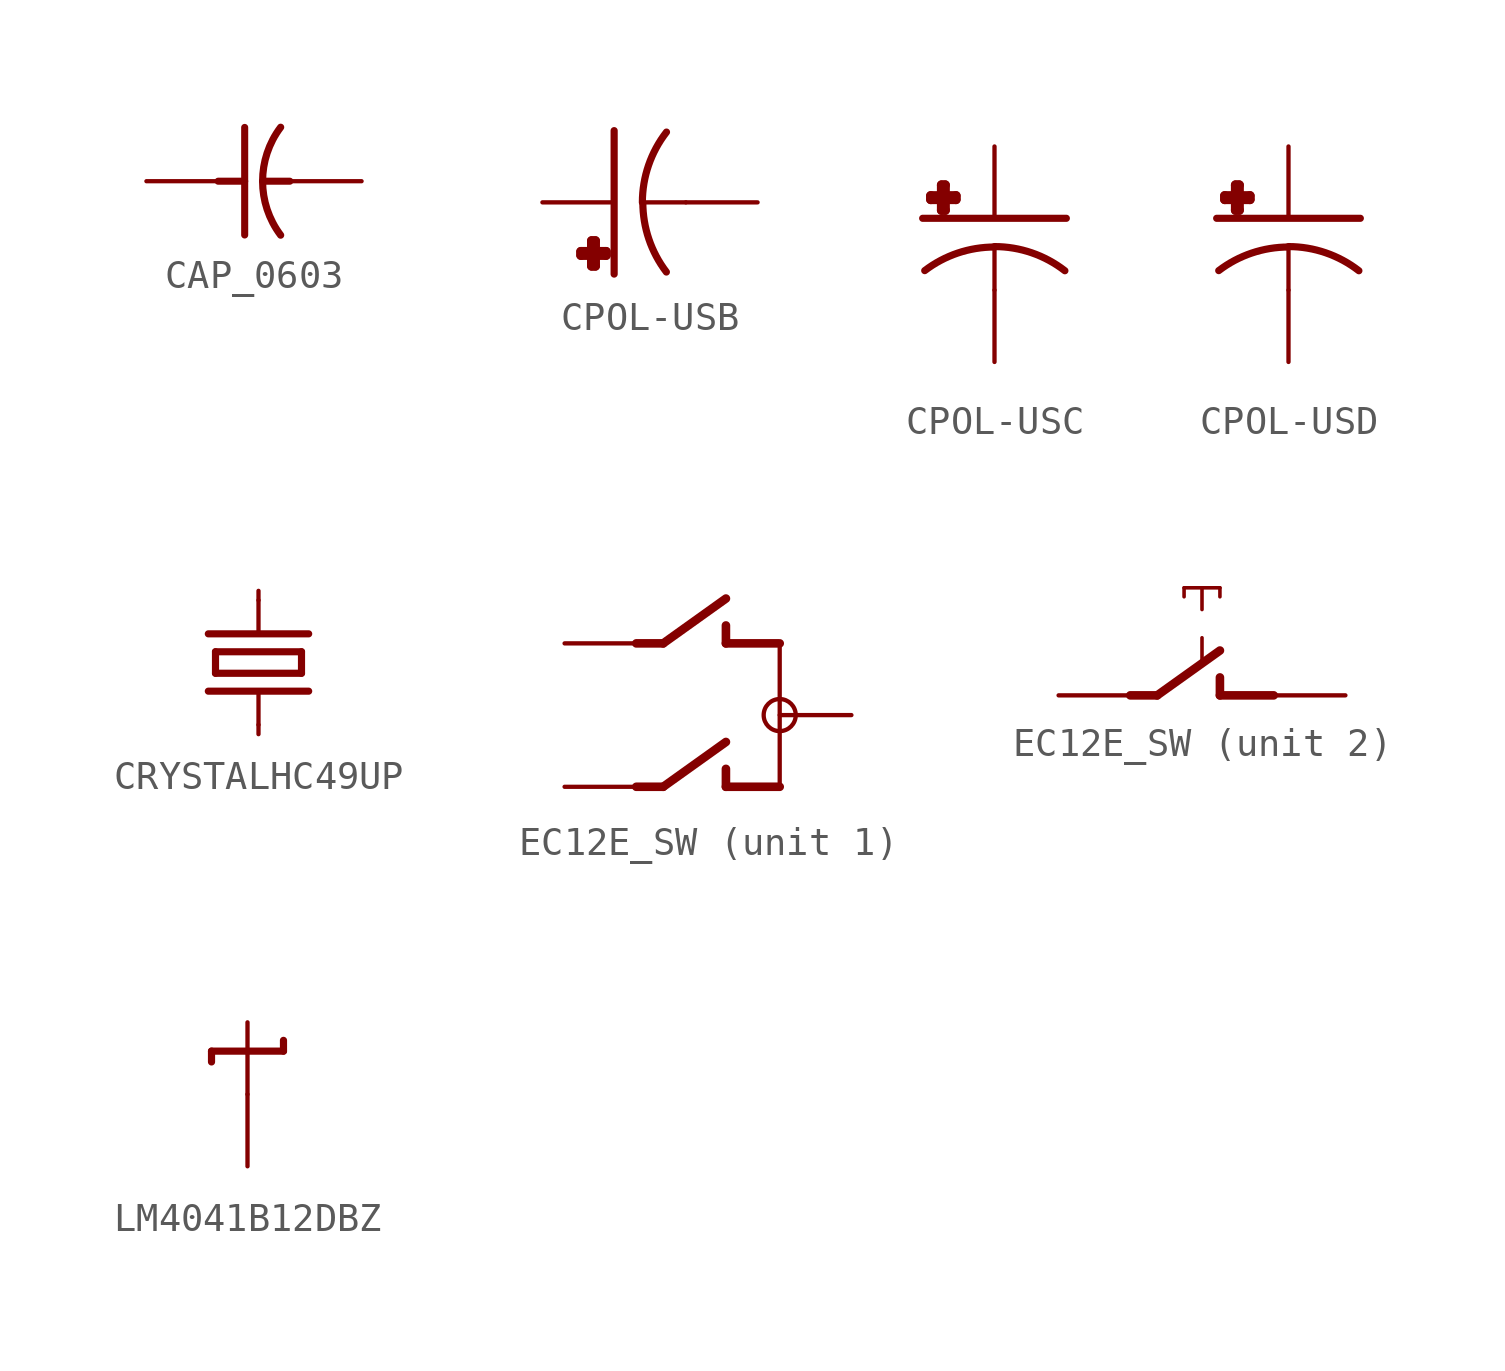
<source format=kicad_sym>
(kicad_symbol_lib
  (version 20231120)
  (generator "kicad_symbol_editor")
  (generator_version "8.0")
  (symbol "CAP_0603"
    (property "Reference" "C"
      (at 0 0 0)
      (effects (font (size 1.27 1.27)) (hide yes)))
    (property "ki_locked" ""
      (at 0 0 0)
      (effects (font (size 1.27 1.27))))
    (symbol "CAP_0603_1_0"
      (polyline (pts (xy -1.27 0) (xy -0.33 0)) (stroke (width 0.25) (type solid)) (fill (type none)))
      (polyline (pts (xy -0.33 -1.905) (xy -0.33 1.905)) (stroke (width 0.25) (type solid)) (fill (type none)))
      (polyline (pts (xy 0.305 0) (xy 1.27 0)) (stroke (width 0.25) (type solid)) (fill (type none)))
      (arc (start 0.944 1.911) (mid 0.3044 0.0001) (end 0.9439 -1.9109) (stroke (width 0.254) (type solid)) (fill (type none)))
      (pin passive line (at -3.81 0 0) (length 2.54) (name "1" (effects (font (size 0 0)))) (number "1" (effects (font (size 0 0)))))
      (pin passive line (at 3.81 0 180) (length 2.54) (name "2" (effects (font (size 0 0)))) (number "2" (effects (font (size 0 0)))))))
  (symbol "CPOL-USB"
    (property "Reference" "C"
      (at 0 0 0)
      (effects (font (size 1.27 1.27)) (hide yes)))
    (property "ki_locked" ""
      (at 0 0 0)
      (effects (font (size 1.27 1.27))))
    (symbol "CPOL-USB_1_0"
      (polyline (pts (xy -1.858 -1.872) (xy -1.858 -1.745)) (stroke (width 0.333) (type solid)) (fill (type none)))
      (polyline (pts (xy -1.858 -1.745) (xy -0.969 -1.745)) (stroke (width 0.333) (type solid)) (fill (type none)))
      (polyline (pts (xy -1.477 -2.253) (xy -1.477 -1.364)) (stroke (width 0.333) (type solid)) (fill (type none)))
      (polyline (pts (xy -1.477 -1.364) (xy -1.35 -1.364)) (stroke (width 0.333) (type solid)) (fill (type none)))
      (polyline (pts (xy -1.35 -2.253) (xy -1.477 -2.253)) (stroke (width 0.333) (type solid)) (fill (type none)))
      (polyline (pts (xy -1.35 -1.364) (xy -1.35 -2.253)) (stroke (width 0.333) (type solid)) (fill (type none)))
      (polyline (pts (xy -0.969 -1.872) (xy -1.858 -1.872)) (stroke (width 0.333) (type solid)) (fill (type none)))
      (polyline (pts (xy -0.969 -1.745) (xy -0.969 -1.872)) (stroke (width 0.333) (type solid)) (fill (type none)))
      (polyline (pts (xy -0.682 -2.54) (xy -0.682 2.54)) (stroke (width 0.254) (type solid)) (fill (type none)))
      (polyline (pts (xy 0.334 0) (xy 1.858 0)) (stroke (width 0.152) (type solid)) (fill (type none)))
      (arc (start 0.334 0) (mid 0.548 -1.3021) (end 1.168 -2.467) (stroke (width 0.254) (type solid)) (fill (type none)))
      (arc (start 1.172 2.489) (mid 0.5374 1.3157) (end 0.318 0) (stroke (width 0.254) (type solid)) (fill (type none)))
      (pin passive line (at -3.222 0 0) (length 2.54) (name "+" (effects (font (size 0 0)))) (number "+" (effects (font (size 0 0)))))
      (pin passive line (at 4.398 0 180) (length 2.54) (name "-" (effects (font (size 0 0)))) (number "-" (effects (font (size 0 0)))))))
  (symbol "CPOL-USC"
    (property "Reference" "C"
      (at 0 0 0)
      (effects (font (size 1.27 1.27)) (hide yes)))
    (property "ki_locked" ""
      (at 0 0 0)
      (effects (font (size 1.27 1.27))))
    (symbol "CPOL-USC_1_0"
      (arc (start 0 -0.334) (mid -1.3021 -0.548) (end -2.467 -1.168) (stroke (width 0.254) (type solid)) (fill (type none)))
      (polyline (pts (xy -2.54 0.682) (xy 2.54 0.682)) (stroke (width 0.254) (type solid)) (fill (type none)))
      (polyline (pts (xy -2.253 1.349) (xy -1.364 1.349)) (stroke (width 0.333) (type solid)) (fill (type none)))
      (polyline (pts (xy -2.253 1.477) (xy -2.253 1.349)) (stroke (width 0.333) (type solid)) (fill (type none)))
      (polyline (pts (xy -1.871 0.969) (xy -1.745 0.969)) (stroke (width 0.333) (type solid)) (fill (type none)))
      (polyline (pts (xy -1.871 1.858) (xy -1.871 0.969)) (stroke (width 0.333) (type solid)) (fill (type none)))
      (polyline (pts (xy -1.745 0.969) (xy -1.745 1.858)) (stroke (width 0.333) (type solid)) (fill (type none)))
      (polyline (pts (xy -1.745 1.858) (xy -1.871 1.858)) (stroke (width 0.333) (type solid)) (fill (type none)))
      (polyline (pts (xy -1.364 1.349) (xy -1.364 1.477)) (stroke (width 0.333) (type solid)) (fill (type none)))
      (polyline (pts (xy -1.364 1.477) (xy -2.253 1.477)) (stroke (width 0.333) (type solid)) (fill (type none)))
      (polyline (pts (xy 0 -0.334) (xy 0 -1.858)) (stroke (width 0.152) (type solid)) (fill (type none)))
      (arc (start 2.489 -1.172) (mid 1.3157 -0.5374) (end 0 -0.3179) (stroke (width 0.254) (type solid)) (fill (type none)))
      (pin passive line (at 0 3.222 270) (length 2.54) (name "+" (effects (font (size 0 0)))) (number "+" (effects (font (size 0 0)))))
      (pin passive line (at 0 -4.398 90) (length 2.54) (name "-" (effects (font (size 0 0)))) (number "-" (effects (font (size 0 0)))))))
  (symbol "CPOL-USD"
    (property "Reference" "C"
      (at 0 0 0)
      (effects (font (size 1.27 1.27)) (hide yes)))
    (property "ki_locked" ""
      (at 0 0 0)
      (effects (font (size 1.27 1.27))))
    (symbol "CPOL-USD_1_0"
      (arc (start 0 -0.334) (mid -1.3021 -0.548) (end -2.467 -1.168) (stroke (width 0.254) (type solid)) (fill (type none)))
      (polyline (pts (xy -2.54 0.682) (xy 2.54 0.682)) (stroke (width 0.254) (type solid)) (fill (type none)))
      (polyline (pts (xy -2.253 1.349) (xy -1.364 1.349)) (stroke (width 0.333) (type solid)) (fill (type none)))
      (polyline (pts (xy -2.253 1.477) (xy -2.253 1.349)) (stroke (width 0.333) (type solid)) (fill (type none)))
      (polyline (pts (xy -1.871 0.969) (xy -1.745 0.969)) (stroke (width 0.333) (type solid)) (fill (type none)))
      (polyline (pts (xy -1.871 1.858) (xy -1.871 0.969)) (stroke (width 0.333) (type solid)) (fill (type none)))
      (polyline (pts (xy -1.745 0.969) (xy -1.745 1.858)) (stroke (width 0.333) (type solid)) (fill (type none)))
      (polyline (pts (xy -1.745 1.858) (xy -1.871 1.858)) (stroke (width 0.333) (type solid)) (fill (type none)))
      (polyline (pts (xy -1.364 1.349) (xy -1.364 1.477)) (stroke (width 0.333) (type solid)) (fill (type none)))
      (polyline (pts (xy -1.364 1.477) (xy -2.253 1.477)) (stroke (width 0.333) (type solid)) (fill (type none)))
      (polyline (pts (xy 0 -0.334) (xy 0 -1.858)) (stroke (width 0.152) (type solid)) (fill (type none)))
      (arc (start 2.489 -1.172) (mid 1.3157 -0.5374) (end 0 -0.3179) (stroke (width 0.254) (type solid)) (fill (type none)))
      (pin passive line (at 0 3.222 270) (length 2.54) (name "+" (effects (font (size 0 0)))) (number "+" (effects (font (size 0 0)))))
      (pin passive line (at 0 -4.398 90) (length 2.54) (name "-" (effects (font (size 0 0)))) (number "-" (effects (font (size 0 0)))))))
  (symbol "CRYSTALHC49UP"
    (property "Reference" "Q"
      (at 0 0 0)
      (effects (font (size 1.27 1.27)) (hide yes)))
    (property "ki_locked" ""
      (at 0 0 0)
      (effects (font (size 1.27 1.27))))
    (symbol "CRYSTALHC49UP_1_0"
      (polyline (pts (xy -1.778 -1.016) (xy 1.778 -1.016)) (stroke (width 0.254) (type solid)) (fill (type none)))
      (polyline (pts (xy -1.778 1.016) (xy 1.778 1.016)) (stroke (width 0.254) (type solid)) (fill (type none)))
      (polyline (pts (xy -1.524 -0.381) (xy 1.524 -0.381)) (stroke (width 0.254) (type solid)) (fill (type none)))
      (polyline (pts (xy -1.524 0.381) (xy -1.524 -0.381)) (stroke (width 0.254) (type solid)) (fill (type none)))
      (polyline (pts (xy 0 -2.54) (xy 0 -1.016)) (stroke (width 0.152) (type solid)) (fill (type none)))
      (polyline (pts (xy 0 1.016) (xy 0 2.54)) (stroke (width 0.152) (type solid)) (fill (type none)))
      (polyline (pts (xy 1.524 -0.381) (xy 1.524 0.381)) (stroke (width 0.254) (type solid)) (fill (type none)))
      (polyline (pts (xy 1.524 0.381) (xy -1.524 0.381)) (stroke (width 0.254) (type solid)) (fill (type none)))
      (pin passive line (at 0 -2.207 90) (length 0) (name "1" (effects (font (size 0 0)))) (number "1" (effects (font (size 0 0)))))
      (pin passive line (at 0 2.207 270) (length 0) (name "2" (effects (font (size 0 0)))) (number "2" (effects (font (size 0 0)))))))
  (symbol "EC12E_SW"
    (property "Reference" "SW"
      (at 0 0 0)
      (effects (font (size 1.27 1.27)) (hide yes)))
    (property "ki_locked" ""
      (at 0 0 0)
      (effects (font (size 1.27 1.27))))
    (symbol "EC12E_SW_1_0"
      (polyline (pts (xy -2.824 -3.334) (xy -1.871 -3.334)) (stroke (width 0.305) (type solid)) (fill (type none)))
      (polyline (pts (xy -2.824 1.746) (xy -1.871 1.746)) (stroke (width 0.305) (type solid)) (fill (type none)))
      (polyline (pts (xy -1.871 -3.334) (xy 0.351 -1.746)) (stroke (width 0.305) (type solid)) (fill (type none)))
      (polyline (pts (xy -1.871 1.746) (xy 0.351 3.334)) (stroke (width 0.305) (type solid)) (fill (type none)))
      (polyline (pts (xy 0.351 -3.334) (xy 2.256 -3.334)) (stroke (width 0.305) (type solid)) (fill (type none)))
      (polyline (pts (xy 0.351 -2.699) (xy 0.351 -3.334)) (stroke (width 0.305) (type solid)) (fill (type none)))
      (polyline (pts (xy 0.351 1.746) (xy 2.256 1.746)) (stroke (width 0.305) (type solid)) (fill (type none)))
      (polyline (pts (xy 0.351 2.381) (xy 0.351 1.746)) (stroke (width 0.305) (type solid)) (fill (type none)))
      (polyline (pts (xy 2.256 -3.334) (xy 2.256 1.746)) (stroke (width 0.152) (type solid)) (fill (type none)))
      (circle (center 2.256 -0.794) (radius 0.568) (stroke (width 0) (type solid)) (fill (type none)))
      (pin passive line (at -5.364 -3.334 0) (length 2.54) (name "A" (effects (font (size 0 0)))) (number "A" (effects (font (size 0 0)))))
      (pin passive line (at -5.364 1.746 0) (length 2.54) (name "B" (effects (font (size 0 0)))) (number "B" (effects (font (size 0 0)))))
      (pin passive line (at 4.796 -0.794 180) (length 2.54) (name "C" (effects (font (size 0 0)))) (number "C" (effects (font (size 0 0))))))
    (symbol "EC12E_SW_2_0"
      (polyline (pts (xy -2.54 -1.905) (xy -1.587 -1.905)) (stroke (width 0.305) (type solid)) (fill (type none)))
      (polyline (pts (xy -1.587 -1.905) (xy 0.635 -0.317)) (stroke (width 0.305) (type solid)) (fill (type none)))
      (polyline (pts (xy -0.635 1.905) (xy -0.635 1.587)) (stroke (width 0.127) (type solid)) (fill (type none)))
      (polyline (pts (xy -0.635 1.905) (xy 0.635 1.905)) (stroke (width 0.127) (type solid)) (fill (type none)))
      (polyline (pts (xy 0 -0.635) (xy 0 0.135)) (stroke (width 0.127) (type solid)) (fill (type none)))
      (polyline (pts (xy 0 1.135) (xy 0 1.905)) (stroke (width 0.127) (type solid)) (fill (type none)))
      (polyline (pts (xy 0.635 -1.905) (xy 2.54 -1.905)) (stroke (width 0.305) (type solid)) (fill (type none)))
      (polyline (pts (xy 0.635 -1.27) (xy 0.635 -1.905)) (stroke (width 0.305) (type solid)) (fill (type none)))
      (polyline (pts (xy 0.635 1.905) (xy 0.635 1.587)) (stroke (width 0.127) (type solid)) (fill (type none)))
      (pin passive line (at 5.08 -1.905 180) (length 2.54) (name "1" (effects (font (size 0 0)))) (number "D" (effects (font (size 0 0)))))
      (pin passive line (at -5.08 -1.905 0) (length 2.54) (name "2" (effects (font (size 0 0)))) (number "E" (effects (font (size 0 0)))))))
  (symbol "LM4041B12DBZ"
    (property "Reference" "IC"
      (at 0 0 0)
      (effects (font (size 1.27 1.27)) (hide yes)))
    (property "ki_locked" ""
      (at 0 0 0)
      (effects (font (size 1.27 1.27))))
    (symbol "LM4041B12DBZ_1_0"
      (polyline (pts (xy -1.27 0.572) (xy -1.27 0.191)) (stroke (width 0.254) (type solid)) (fill (type none)))
      (polyline (pts (xy 0 0.572) (xy -1.27 0.572)) (stroke (width 0.254) (type solid)) (fill (type none)))
      (polyline (pts (xy 1.27 0.572) (xy 0 0.572)) (stroke (width 0.254) (type solid)) (fill (type none)))
      (polyline (pts (xy 1.27 0.952) (xy 1.27 0.572)) (stroke (width 0.254) (type solid)) (fill (type none)))
      (pin passive line (at 0 1.588 270) (length 2.54) (name "C" (effects (font (size 0 0)))) (number "1" (effects (font (size 0 0)))))
      (pin passive line (at 0 -3.492 90) (length 2.54) (name "A" (effects (font (size 0 0)))) (number "2" (effects (font (size 0 0))))))))
</source>
